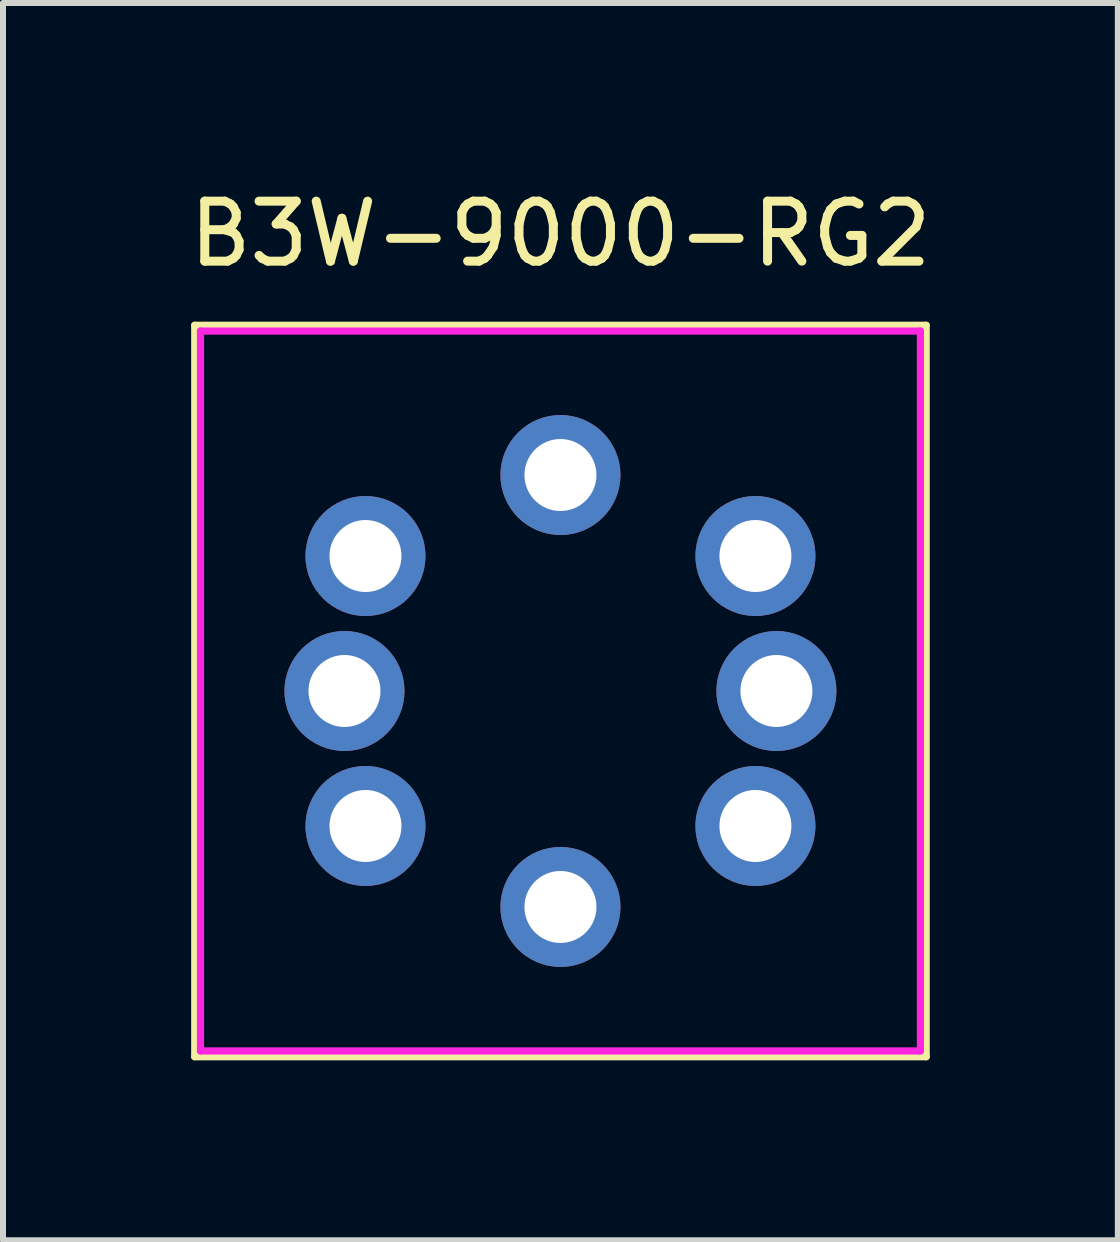
<source format=kicad_pcb>
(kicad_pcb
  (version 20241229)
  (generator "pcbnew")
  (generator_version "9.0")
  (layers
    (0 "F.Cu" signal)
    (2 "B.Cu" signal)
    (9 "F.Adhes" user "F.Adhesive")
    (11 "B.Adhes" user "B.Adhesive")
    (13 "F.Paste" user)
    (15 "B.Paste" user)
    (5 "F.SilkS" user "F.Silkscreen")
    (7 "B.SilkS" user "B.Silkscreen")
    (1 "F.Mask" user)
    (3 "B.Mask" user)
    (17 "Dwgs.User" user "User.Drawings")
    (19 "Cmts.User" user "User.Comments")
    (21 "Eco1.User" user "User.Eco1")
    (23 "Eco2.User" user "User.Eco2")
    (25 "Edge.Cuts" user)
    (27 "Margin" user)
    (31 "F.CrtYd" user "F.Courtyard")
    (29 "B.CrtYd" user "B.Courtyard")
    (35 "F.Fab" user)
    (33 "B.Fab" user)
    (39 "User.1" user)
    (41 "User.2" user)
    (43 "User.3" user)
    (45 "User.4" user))
  (footprint "B3W-9000-RG2"
    (layer "F.Cu")
    (at 6.292 8.468)
    (property "Reference" "B3W-9000-RG2" (at 0 -7.62 0) (layer "F.SilkS") (effects (font (size 1 1) (thickness 0.15))))
    (attr through_hole)
    (fp_line (start -6.096 -6.096) (end 6.096 -6.096) (stroke (width 0.12) (type solid)) (layer "F.SilkS"))
    (fp_line (start -6.096 6.096) (end -6.096 -6.096) (stroke (width 0.12) (type solid)) (layer "F.SilkS"))
    (fp_line (start 6.096 -6.096) (end 6.096 6.096) (stroke (width 0.12) (type solid)) (layer "F.SilkS"))
    (fp_line (start 6.096 6.096) (end -6.096 6.096) (stroke (width 0.12) (type solid)) (layer "F.SilkS"))
    (fp_line (start -6 -6) (end -6 6) (stroke (width 0.12) (type solid)) (layer "F.CrtYd"))
    (fp_line (start -6 6) (end 6 6) (stroke (width 0.12) (type solid)) (layer "F.CrtYd"))
    (fp_line (start 6 -6) (end -6 -6) (stroke (width 0.12) (type solid)) (layer "F.CrtYd"))
    (fp_line (start 6 6) (end 6 -6) (stroke (width 0.12) (type solid)) (layer "F.CrtYd"))
    (pad "+L1" thru_hole circle (at 0 -3.6) (size 2 2) (drill 1.2) (layers "*.Cu" "*.Mask"))
    (pad "+L2" thru_hole circle (at 0 3.6) (size 2 2) (drill 1.2) (layers "*.Cu" "*.Mask"))
    (pad "-L1" thru_hole circle (at 3.6 0) (size 2 2) (drill 1.2) (layers "*.Cu" "*.Mask"))
    (pad "-L2" thru_hole circle (at -3.6 0) (size 2 2) (drill 1.2) (layers "*.Cu" "*.Mask"))
    (pad "1" thru_hole circle (at 3.25 2.25) (size 2 2) (drill 1.2) (layers "*.Cu" "*.Mask"))
    (pad "2" thru_hole circle (at -3.25 2.25) (size 2 2) (drill 1.2) (layers "*.Cu" "*.Mask"))
    (pad "3" thru_hole circle (at -3.25 -2.25) (size 2 2) (drill 1.2) (layers "*.Cu" "*.Mask"))
    (pad "4" thru_hole circle (at 3.25 -2.25) (size 2 2) (drill 1.2) (layers "*.Cu" "*.Mask")))
  (gr_rect
    (start -3 -3)
    (end 15.583 17.624)
    (stroke (width 0.1) (type default))
    (fill no)
    (layer "Edge.Cuts")))
</source>
